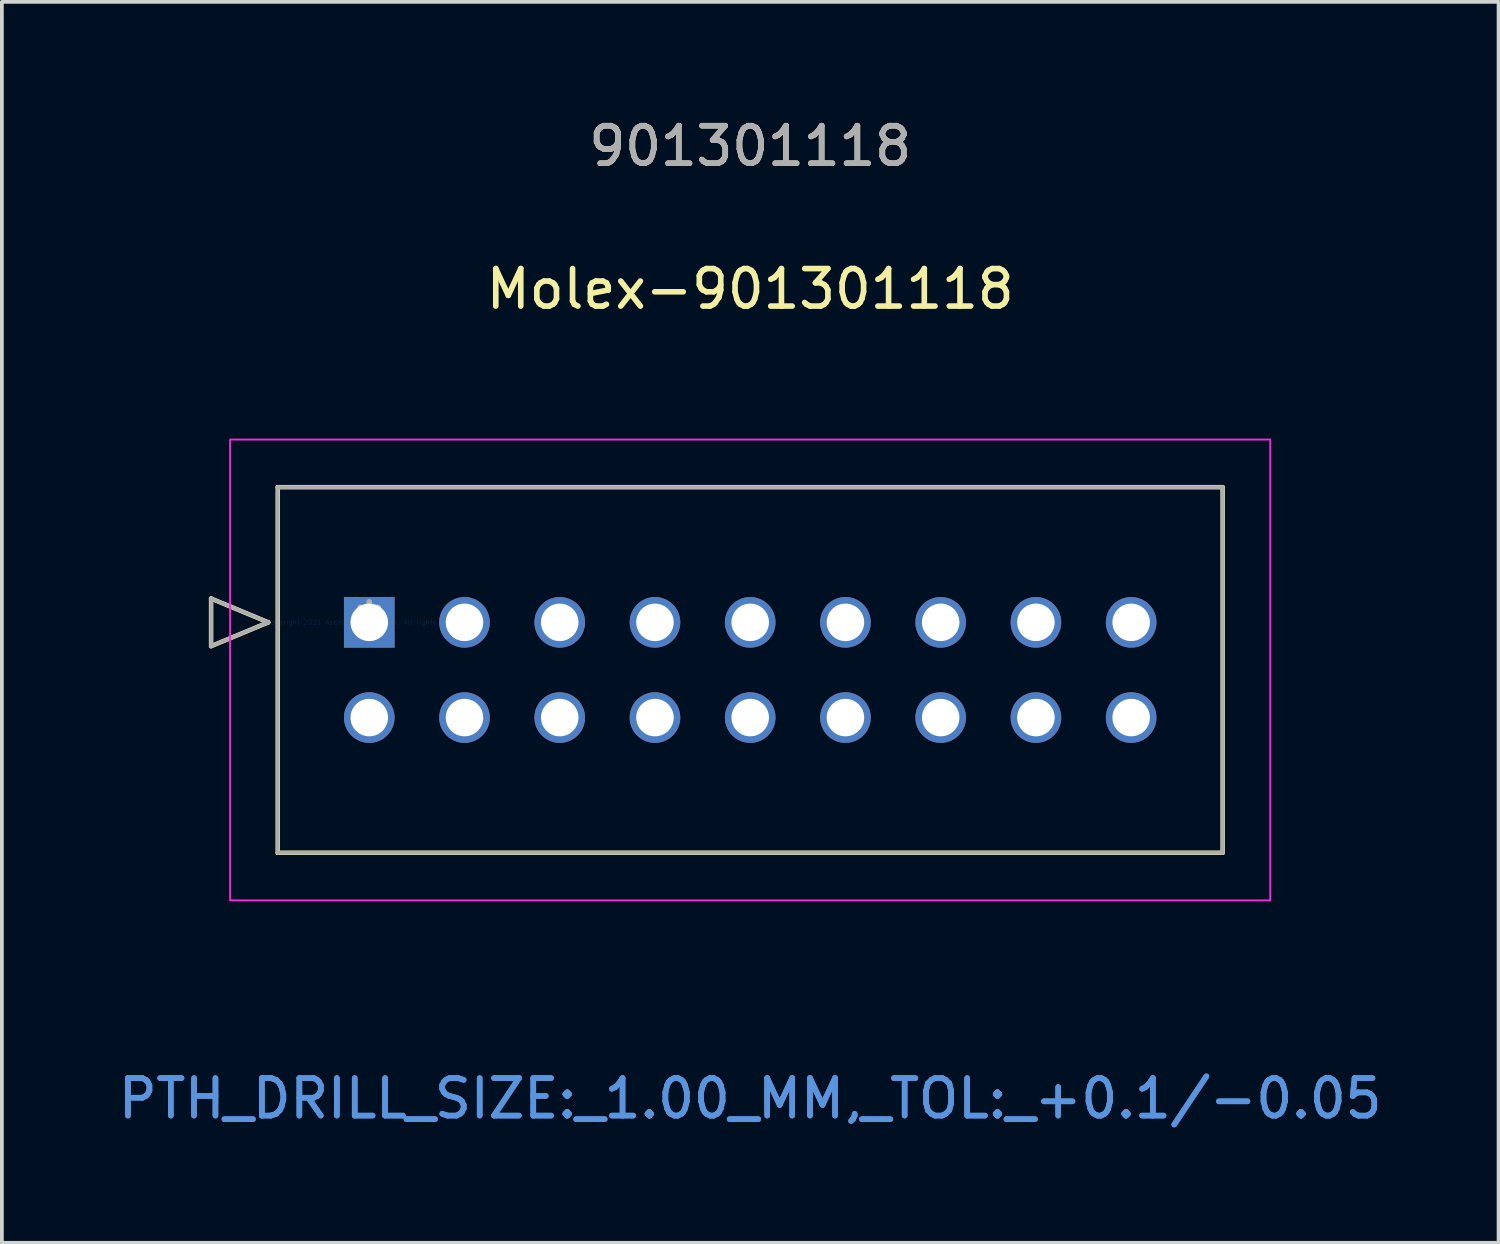
<source format=kicad_pcb>
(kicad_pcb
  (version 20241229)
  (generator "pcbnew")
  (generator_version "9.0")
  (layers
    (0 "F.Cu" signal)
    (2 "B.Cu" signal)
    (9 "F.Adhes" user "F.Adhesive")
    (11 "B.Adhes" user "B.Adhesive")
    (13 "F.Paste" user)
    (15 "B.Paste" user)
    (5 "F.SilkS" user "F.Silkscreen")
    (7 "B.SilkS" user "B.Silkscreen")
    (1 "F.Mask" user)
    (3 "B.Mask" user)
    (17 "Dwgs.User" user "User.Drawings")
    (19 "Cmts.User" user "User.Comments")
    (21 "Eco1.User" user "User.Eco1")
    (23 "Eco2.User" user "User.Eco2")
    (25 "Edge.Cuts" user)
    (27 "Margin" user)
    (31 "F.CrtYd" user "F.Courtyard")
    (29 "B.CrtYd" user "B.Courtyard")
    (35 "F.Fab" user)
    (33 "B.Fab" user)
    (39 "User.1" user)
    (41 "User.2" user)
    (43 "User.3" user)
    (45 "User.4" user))
  (footprint "Molex-901301118"
    (layer "F.Cu")
    (at 6.798 13.548)
    (property "Reference" "Molex-901301118" (at 10.16 -8.89 0) (layer "F.SilkS") (effects (font (size 1 1) (thickness 0.15))))
    (attr through_hole)
    (fp_line (start -4.218 -0.635) (end -4.218 0.635) (stroke (width 0.12) (type solid)) (layer "F.SilkS"))
    (fp_line (start -4.218 0.635) (end -2.694 0) (stroke (width 0.12) (type solid)) (layer "F.SilkS"))
    (fp_line (start -2.694 0) (end -4.218 -0.635) (stroke (width 0.12) (type solid)) (layer "F.SilkS"))
    (fp_line (start -2.44 -3.605) (end -2.44 6.145) (stroke (width 0.12) (type solid)) (layer "F.SilkS"))
    (fp_line (start -2.44 6.145) (end 22.76 6.145) (stroke (width 0.12) (type solid)) (layer "F.SilkS"))
    (fp_line (start 22.76 -3.605) (end -2.44 -3.605) (stroke (width 0.12) (type solid)) (layer "F.SilkS"))
    (fp_line (start 22.76 6.145) (end 22.76 -3.605) (stroke (width 0.12) (type solid)) (layer "F.SilkS"))
    (fp_rect (start -3.71 -4.875) (end 24.03 7.415) (stroke (width 0.05) (type solid)) (fill no) (layer "F.CrtYd"))
    (fp_line (start -4.218 -0.635) (end -4.218 0.635) (stroke (width 0.1) (type solid)) (layer "F.Fab"))
    (fp_line (start -4.218 0.635) (end -2.694 0) (stroke (width 0.1) (type solid)) (layer "F.Fab"))
    (fp_line (start -2.694 0) (end -4.218 -0.635) (stroke (width 0.1) (type solid)) (layer "F.Fab"))
    (fp_line (start -2.44 -3.605) (end -2.44 6.145) (stroke (width 0.1) (type solid)) (layer "F.Fab"))
    (fp_line (start -2.44 6.145) (end 22.76 6.145) (stroke (width 0.1) (type solid)) (layer "F.Fab"))
    (fp_line (start 22.76 -3.605) (end -2.44 -3.605) (stroke (width 0.1) (type solid)) (layer "F.Fab"))
    (fp_line (start 22.76 6.145) (end 22.76 -3.605) (stroke (width 0.1) (type solid)) (layer "F.Fab"))
    (fp_text user "901301118" (at 10.16 -12.7 0) (layer "F.SilkS") (effects (font (size 1 1) (thickness 0.15))))
    (fp_text user "PTH_DRILL_SIZE:_1.00_MM,_TOL:_+0.1/-0.05" (at 10.16 12.7 0) (layer "Cmts.User") (effects (font (size 1 1) (thickness 0.15))))
    (fp_text user "Copyright 2021 Accelerated Designs. All rights reserved." (at 0 0 0) (layer "Cmts.User") (effects (font (size 0.127 0.127) (thickness 0.002))))
    (fp_text user "PTH_DRILL_SIZE:_1.00_MM,_TOL:_+0.1/-0.05" (at 10.16 12.7 0) (layer "Cmts.User") (effects (font (size 1 1) (thickness 0.15))))
    (fp_text user "901301118" (at 10.16 -12.7 0) (layer "F.Fab") (effects (font (size 1 1) (thickness 0.15))))
    (fp_text user "*" (at 0 0 0) (layer "F.Fab") (effects (font (size 1 1) (thickness 0.15))))
    (pad "1" thru_hole rect (at 0 0) (size 1.35 1.35) (drill 1) (layers "*.Cu" "*.Mask"))
    (pad "2" thru_hole circle (at 0 2.54) (size 1.35 1.35) (drill 1) (layers "*.Cu" "*.Mask"))
    (pad "3" thru_hole circle (at 2.54 0 90) (size 1.35 1.35) (drill 1) (layers "*.Cu" "*.Mask"))
    (pad "4" thru_hole circle (at 2.54 2.54 90) (size 1.35 1.35) (drill 1) (layers "*.Cu" "*.Mask"))
    (pad "5" thru_hole circle (at 5.08 0 90) (size 1.35 1.35) (drill 1) (layers "*.Cu" "*.Mask"))
    (pad "6" thru_hole circle (at 5.08 2.54 90) (size 1.35 1.35) (drill 1) (layers "*.Cu" "*.Mask"))
    (pad "7" thru_hole circle (at 7.62 0 90) (size 1.35 1.35) (drill 1) (layers "*.Cu" "*.Mask"))
    (pad "8" thru_hole circle (at 7.62 2.54 90) (size 1.35 1.35) (drill 1) (layers "*.Cu" "*.Mask"))
    (pad "9" thru_hole circle (at 10.16 0 90) (size 1.35 1.35) (drill 1) (layers "*.Cu" "*.Mask"))
    (pad "10" thru_hole circle (at 10.16 2.54 90) (size 1.35 1.35) (drill 1) (layers "*.Cu" "*.Mask"))
    (pad "11" thru_hole circle (at 12.7 0 90) (size 1.35 1.35) (drill 1) (layers "*.Cu" "*.Mask"))
    (pad "12" thru_hole circle (at 12.7 2.54 90) (size 1.35 1.35) (drill 1) (layers "*.Cu" "*.Mask"))
    (pad "13" thru_hole circle (at 15.24 0 90) (size 1.35 1.35) (drill 1) (layers "*.Cu" "*.Mask"))
    (pad "14" thru_hole circle (at 15.24 2.54 90) (size 1.35 1.35) (drill 1) (layers "*.Cu" "*.Mask"))
    (pad "15" thru_hole circle (at 17.78 0 90) (size 1.35 1.35) (drill 1) (layers "*.Cu" "*.Mask"))
    (pad "16" thru_hole circle (at 17.78 2.54 90) (size 1.35 1.35) (drill 1) (layers "*.Cu" "*.Mask"))
    (pad "17" thru_hole circle (at 20.32 0 90) (size 1.35 1.35) (drill 1) (layers "*.Cu" "*.Mask"))
    (pad "18" thru_hole circle (at 20.32 2.54 90) (size 1.35 1.35) (drill 1) (layers "*.Cu" "*.Mask")))
  (gr_rect
    (start -3 -3)
    (end 36.917 30.096)
    (stroke (width 0.1) (type default))
    (fill no)
    (layer "Edge.Cuts")))
</source>
